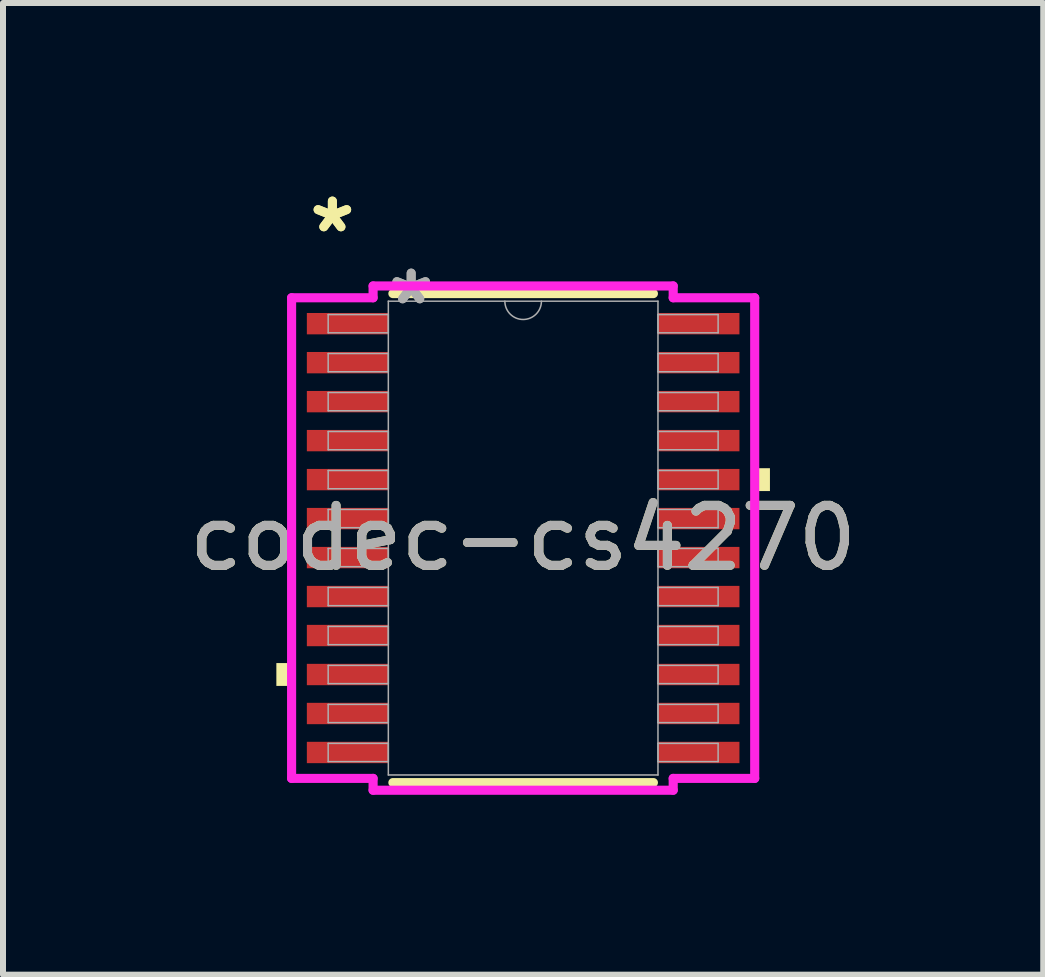
<source format=kicad_pcb>
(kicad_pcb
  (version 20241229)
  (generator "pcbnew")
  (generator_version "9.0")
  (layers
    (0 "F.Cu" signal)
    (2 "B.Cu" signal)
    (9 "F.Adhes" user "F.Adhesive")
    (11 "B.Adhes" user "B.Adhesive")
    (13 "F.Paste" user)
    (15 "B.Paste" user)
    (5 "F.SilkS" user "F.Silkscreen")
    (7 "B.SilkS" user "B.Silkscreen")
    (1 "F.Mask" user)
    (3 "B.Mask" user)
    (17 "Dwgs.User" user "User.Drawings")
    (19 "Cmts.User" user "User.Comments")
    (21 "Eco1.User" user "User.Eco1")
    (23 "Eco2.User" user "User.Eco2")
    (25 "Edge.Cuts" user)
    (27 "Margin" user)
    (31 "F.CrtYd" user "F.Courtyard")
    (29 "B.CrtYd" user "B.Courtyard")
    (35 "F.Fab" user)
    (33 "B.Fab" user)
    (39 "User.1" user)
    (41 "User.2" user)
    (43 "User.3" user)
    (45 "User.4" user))
  (footprint "codec-cs4270"
    (layer "F.Cu")
    (at 5.673 5.922)
    (property "Reference" "codec-cs4270" (at 0 0 0) (unlocked yes) (layer "F.SilkS") (effects (font (size 1 1) (thickness 0.15))))
    (attr smd)
    (fp_line (start -2.172 4.077) (end 2.172 4.077) (stroke (width 0.152) (type solid)) (layer "F.SilkS"))
    (fp_line (start 2.172 -4.077) (end -2.172 -4.077) (stroke (width 0.152) (type solid)) (layer "F.SilkS"))
    (fp_poly (pts (xy -4.115 2.084) (xy -4.115 2.465) (xy -3.861 2.465) (xy -3.861 2.084)) (stroke (width 0) (type solid)) (fill yes) (layer "F.SilkS"))
    (fp_poly (pts (xy 4.115 -1.165) (xy 4.115 -0.784) (xy 3.861 -0.784) (xy 3.861 -1.165)) (stroke (width 0) (type solid)) (fill yes) (layer "F.SilkS"))
    (fp_line (start -3.861 -4.007) (end -2.502 -4.007) (stroke (width 0.152) (type solid)) (layer "F.CrtYd"))
    (fp_line (start -3.861 4.007) (end -3.861 -4.007) (stroke (width 0.152) (type solid)) (layer "F.CrtYd"))
    (fp_line (start -3.861 4.007) (end -2.502 4.007) (stroke (width 0.152) (type solid)) (layer "F.CrtYd"))
    (fp_line (start -2.502 -4.204) (end 2.502 -4.204) (stroke (width 0.152) (type solid)) (layer "F.CrtYd"))
    (fp_line (start -2.502 -4.007) (end -2.502 -4.204) (stroke (width 0.152) (type solid)) (layer "F.CrtYd"))
    (fp_line (start -2.502 4.204) (end -2.502 4.007) (stroke (width 0.152) (type solid)) (layer "F.CrtYd"))
    (fp_line (start 2.502 -4.204) (end 2.502 -4.007) (stroke (width 0.152) (type solid)) (layer "F.CrtYd"))
    (fp_line (start 2.502 4.007) (end 2.502 4.204) (stroke (width 0.152) (type solid)) (layer "F.CrtYd"))
    (fp_line (start 2.502 4.204) (end -2.502 4.204) (stroke (width 0.152) (type solid)) (layer "F.CrtYd"))
    (fp_line (start 3.861 -4.007) (end 2.502 -4.007) (stroke (width 0.152) (type solid)) (layer "F.CrtYd"))
    (fp_line (start 3.861 -4.007) (end 3.861 4.007) (stroke (width 0.152) (type solid)) (layer "F.CrtYd"))
    (fp_line (start 3.861 4.007) (end 2.502 4.007) (stroke (width 0.152) (type solid)) (layer "F.CrtYd"))
    (fp_line (start -3.251 -3.727) (end -3.251 -3.423) (stroke (width 0.025) (type solid)) (layer "F.Fab"))
    (fp_line (start -3.251 -3.423) (end -2.248 -3.423) (stroke (width 0.025) (type solid)) (layer "F.Fab"))
    (fp_line (start -3.251 -3.077) (end -3.251 -2.773) (stroke (width 0.025) (type solid)) (layer "F.Fab"))
    (fp_line (start -3.251 -2.773) (end -2.248 -2.773) (stroke (width 0.025) (type solid)) (layer "F.Fab"))
    (fp_line (start -3.251 -2.427) (end -3.251 -2.123) (stroke (width 0.025) (type solid)) (layer "F.Fab"))
    (fp_line (start -3.251 -2.123) (end -2.248 -2.123) (stroke (width 0.025) (type solid)) (layer "F.Fab"))
    (fp_line (start -3.251 -1.777) (end -3.251 -1.473) (stroke (width 0.025) (type solid)) (layer "F.Fab"))
    (fp_line (start -3.251 -1.473) (end -2.248 -1.473) (stroke (width 0.025) (type solid)) (layer "F.Fab"))
    (fp_line (start -3.251 -1.127) (end -3.251 -0.823) (stroke (width 0.025) (type solid)) (layer "F.Fab"))
    (fp_line (start -3.251 -0.823) (end -2.248 -0.823) (stroke (width 0.025) (type solid)) (layer "F.Fab"))
    (fp_line (start -3.251 -0.477) (end -3.251 -0.173) (stroke (width 0.025) (type solid)) (layer "F.Fab"))
    (fp_line (start -3.251 -0.173) (end -2.248 -0.173) (stroke (width 0.025) (type solid)) (layer "F.Fab"))
    (fp_line (start -3.251 0.173) (end -3.251 0.477) (stroke (width 0.025) (type solid)) (layer "F.Fab"))
    (fp_line (start -3.251 0.477) (end -2.248 0.477) (stroke (width 0.025) (type solid)) (layer "F.Fab"))
    (fp_line (start -3.251 0.823) (end -3.251 1.127) (stroke (width 0.025) (type solid)) (layer "F.Fab"))
    (fp_line (start -3.251 1.127) (end -2.248 1.127) (stroke (width 0.025) (type solid)) (layer "F.Fab"))
    (fp_line (start -3.251 1.473) (end -3.251 1.777) (stroke (width 0.025) (type solid)) (layer "F.Fab"))
    (fp_line (start -3.251 1.777) (end -2.248 1.777) (stroke (width 0.025) (type solid)) (layer "F.Fab"))
    (fp_line (start -3.251 2.123) (end -3.251 2.427) (stroke (width 0.025) (type solid)) (layer "F.Fab"))
    (fp_line (start -3.251 2.427) (end -2.248 2.427) (stroke (width 0.025) (type solid)) (layer "F.Fab"))
    (fp_line (start -3.251 2.773) (end -3.251 3.077) (stroke (width 0.025) (type solid)) (layer "F.Fab"))
    (fp_line (start -3.251 3.077) (end -2.248 3.077) (stroke (width 0.025) (type solid)) (layer "F.Fab"))
    (fp_line (start -3.251 3.423) (end -3.251 3.727) (stroke (width 0.025) (type solid)) (layer "F.Fab"))
    (fp_line (start -3.251 3.727) (end -2.248 3.727) (stroke (width 0.025) (type solid)) (layer "F.Fab"))
    (fp_line (start -2.248 -3.95) (end -2.248 3.95) (stroke (width 0.025) (type solid)) (layer "F.Fab"))
    (fp_line (start -2.248 -3.727) (end -3.251 -3.727) (stroke (width 0.025) (type solid)) (layer "F.Fab"))
    (fp_line (start -2.248 -3.423) (end -2.248 -3.727) (stroke (width 0.025) (type solid)) (layer "F.Fab"))
    (fp_line (start -2.248 -3.077) (end -3.251 -3.077) (stroke (width 0.025) (type solid)) (layer "F.Fab"))
    (fp_line (start -2.248 -2.773) (end -2.248 -3.077) (stroke (width 0.025) (type solid)) (layer "F.Fab"))
    (fp_line (start -2.248 -2.427) (end -3.251 -2.427) (stroke (width 0.025) (type solid)) (layer "F.Fab"))
    (fp_line (start -2.248 -2.123) (end -2.248 -2.427) (stroke (width 0.025) (type solid)) (layer "F.Fab"))
    (fp_line (start -2.248 -1.777) (end -3.251 -1.777) (stroke (width 0.025) (type solid)) (layer "F.Fab"))
    (fp_line (start -2.248 -1.473) (end -2.248 -1.777) (stroke (width 0.025) (type solid)) (layer "F.Fab"))
    (fp_line (start -2.248 -1.127) (end -3.251 -1.127) (stroke (width 0.025) (type solid)) (layer "F.Fab"))
    (fp_line (start -2.248 -0.823) (end -2.248 -1.127) (stroke (width 0.025) (type solid)) (layer "F.Fab"))
    (fp_line (start -2.248 -0.477) (end -3.251 -0.477) (stroke (width 0.025) (type solid)) (layer "F.Fab"))
    (fp_line (start -2.248 -0.173) (end -2.248 -0.477) (stroke (width 0.025) (type solid)) (layer "F.Fab"))
    (fp_line (start -2.248 0.173) (end -3.251 0.173) (stroke (width 0.025) (type solid)) (layer "F.Fab"))
    (fp_line (start -2.248 0.477) (end -2.248 0.173) (stroke (width 0.025) (type solid)) (layer "F.Fab"))
    (fp_line (start -2.248 0.823) (end -3.251 0.823) (stroke (width 0.025) (type solid)) (layer "F.Fab"))
    (fp_line (start -2.248 1.127) (end -2.248 0.823) (stroke (width 0.025) (type solid)) (layer "F.Fab"))
    (fp_line (start -2.248 1.473) (end -3.251 1.473) (stroke (width 0.025) (type solid)) (layer "F.Fab"))
    (fp_line (start -2.248 1.777) (end -2.248 1.473) (stroke (width 0.025) (type solid)) (layer "F.Fab"))
    (fp_line (start -2.248 2.123) (end -3.251 2.123) (stroke (width 0.025) (type solid)) (layer "F.Fab"))
    (fp_line (start -2.248 2.427) (end -2.248 2.123) (stroke (width 0.025) (type solid)) (layer "F.Fab"))
    (fp_line (start -2.248 2.773) (end -3.251 2.773) (stroke (width 0.025) (type solid)) (layer "F.Fab"))
    (fp_line (start -2.248 3.077) (end -2.248 2.773) (stroke (width 0.025) (type solid)) (layer "F.Fab"))
    (fp_line (start -2.248 3.423) (end -3.251 3.423) (stroke (width 0.025) (type solid)) (layer "F.Fab"))
    (fp_line (start -2.248 3.727) (end -2.248 3.423) (stroke (width 0.025) (type solid)) (layer "F.Fab"))
    (fp_line (start -2.248 3.95) (end 2.248 3.95) (stroke (width 0.025) (type solid)) (layer "F.Fab"))
    (fp_line (start 2.248 -3.95) (end -2.248 -3.95) (stroke (width 0.025) (type solid)) (layer "F.Fab"))
    (fp_line (start 2.248 -3.727) (end 2.248 -3.423) (stroke (width 0.025) (type solid)) (layer "F.Fab"))
    (fp_line (start 2.248 -3.423) (end 3.251 -3.423) (stroke (width 0.025) (type solid)) (layer "F.Fab"))
    (fp_line (start 2.248 -3.077) (end 2.248 -2.773) (stroke (width 0.025) (type solid)) (layer "F.Fab"))
    (fp_line (start 2.248 -2.773) (end 3.251 -2.773) (stroke (width 0.025) (type solid)) (layer "F.Fab"))
    (fp_line (start 2.248 -2.427) (end 2.248 -2.123) (stroke (width 0.025) (type solid)) (layer "F.Fab"))
    (fp_line (start 2.248 -2.123) (end 3.251 -2.123) (stroke (width 0.025) (type solid)) (layer "F.Fab"))
    (fp_line (start 2.248 -1.777) (end 2.248 -1.473) (stroke (width 0.025) (type solid)) (layer "F.Fab"))
    (fp_line (start 2.248 -1.473) (end 3.251 -1.473) (stroke (width 0.025) (type solid)) (layer "F.Fab"))
    (fp_line (start 2.248 -1.127) (end 2.248 -0.823) (stroke (width 0.025) (type solid)) (layer "F.Fab"))
    (fp_line (start 2.248 -0.823) (end 3.251 -0.823) (stroke (width 0.025) (type solid)) (layer "F.Fab"))
    (fp_line (start 2.248 -0.477) (end 2.248 -0.173) (stroke (width 0.025) (type solid)) (layer "F.Fab"))
    (fp_line (start 2.248 -0.173) (end 3.251 -0.173) (stroke (width 0.025) (type solid)) (layer "F.Fab"))
    (fp_line (start 2.248 0.173) (end 2.248 0.477) (stroke (width 0.025) (type solid)) (layer "F.Fab"))
    (fp_line (start 2.248 0.477) (end 3.251 0.477) (stroke (width 0.025) (type solid)) (layer "F.Fab"))
    (fp_line (start 2.248 0.823) (end 2.248 1.127) (stroke (width 0.025) (type solid)) (layer "F.Fab"))
    (fp_line (start 2.248 1.127) (end 3.251 1.127) (stroke (width 0.025) (type solid)) (layer "F.Fab"))
    (fp_line (start 2.248 1.473) (end 2.248 1.777) (stroke (width 0.025) (type solid)) (layer "F.Fab"))
    (fp_line (start 2.248 1.777) (end 3.251 1.777) (stroke (width 0.025) (type solid)) (layer "F.Fab"))
    (fp_line (start 2.248 2.123) (end 2.248 2.427) (stroke (width 0.025) (type solid)) (layer "F.Fab"))
    (fp_line (start 2.248 2.427) (end 3.251 2.427) (stroke (width 0.025) (type solid)) (layer "F.Fab"))
    (fp_line (start 2.248 2.773) (end 2.248 3.077) (stroke (width 0.025) (type solid)) (layer "F.Fab"))
    (fp_line (start 2.248 3.077) (end 3.251 3.077) (stroke (width 0.025) (type solid)) (layer "F.Fab"))
    (fp_line (start 2.248 3.423) (end 2.248 3.727) (stroke (width 0.025) (type solid)) (layer "F.Fab"))
    (fp_line (start 2.248 3.727) (end 3.251 3.727) (stroke (width 0.025) (type solid)) (layer "F.Fab"))
    (fp_line (start 2.248 3.95) (end 2.248 -3.95) (stroke (width 0.025) (type solid)) (layer "F.Fab"))
    (fp_line (start 3.251 -3.727) (end 2.248 -3.727) (stroke (width 0.025) (type solid)) (layer "F.Fab"))
    (fp_line (start 3.251 -3.423) (end 3.251 -3.727) (stroke (width 0.025) (type solid)) (layer "F.Fab"))
    (fp_line (start 3.251 -3.077) (end 2.248 -3.077) (stroke (width 0.025) (type solid)) (layer "F.Fab"))
    (fp_line (start 3.251 -2.773) (end 3.251 -3.077) (stroke (width 0.025) (type solid)) (layer "F.Fab"))
    (fp_line (start 3.251 -2.427) (end 2.248 -2.427) (stroke (width 0.025) (type solid)) (layer "F.Fab"))
    (fp_line (start 3.251 -2.123) (end 3.251 -2.427) (stroke (width 0.025) (type solid)) (layer "F.Fab"))
    (fp_line (start 3.251 -1.777) (end 2.248 -1.777) (stroke (width 0.025) (type solid)) (layer "F.Fab"))
    (fp_line (start 3.251 -1.473) (end 3.251 -1.777) (stroke (width 0.025) (type solid)) (layer "F.Fab"))
    (fp_line (start 3.251 -1.127) (end 2.248 -1.127) (stroke (width 0.025) (type solid)) (layer "F.Fab"))
    (fp_line (start 3.251 -0.823) (end 3.251 -1.127) (stroke (width 0.025) (type solid)) (layer "F.Fab"))
    (fp_line (start 3.251 -0.477) (end 2.248 -0.477) (stroke (width 0.025) (type solid)) (layer "F.Fab"))
    (fp_line (start 3.251 -0.173) (end 3.251 -0.477) (stroke (width 0.025) (type solid)) (layer "F.Fab"))
    (fp_line (start 3.251 0.173) (end 2.248 0.173) (stroke (width 0.025) (type solid)) (layer "F.Fab"))
    (fp_line (start 3.251 0.477) (end 3.251 0.173) (stroke (width 0.025) (type solid)) (layer "F.Fab"))
    (fp_line (start 3.251 0.823) (end 2.248 0.823) (stroke (width 0.025) (type solid)) (layer "F.Fab"))
    (fp_line (start 3.251 1.127) (end 3.251 0.823) (stroke (width 0.025) (type solid)) (layer "F.Fab"))
    (fp_line (start 3.251 1.473) (end 2.248 1.473) (stroke (width 0.025) (type solid)) (layer "F.Fab"))
    (fp_line (start 3.251 1.777) (end 3.251 1.473) (stroke (width 0.025) (type solid)) (layer "F.Fab"))
    (fp_line (start 3.251 2.123) (end 2.248 2.123) (stroke (width 0.025) (type solid)) (layer "F.Fab"))
    (fp_line (start 3.251 2.427) (end 3.251 2.123) (stroke (width 0.025) (type solid)) (layer "F.Fab"))
    (fp_line (start 3.251 2.773) (end 2.248 2.773) (stroke (width 0.025) (type solid)) (layer "F.Fab"))
    (fp_line (start 3.251 3.077) (end 3.251 2.773) (stroke (width 0.025) (type solid)) (layer "F.Fab"))
    (fp_line (start 3.251 3.423) (end 2.248 3.423) (stroke (width 0.025) (type solid)) (layer "F.Fab"))
    (fp_line (start 3.251 3.727) (end 3.251 3.423) (stroke (width 0.025) (type solid)) (layer "F.Fab"))
    (fp_arc (start 0.3048 -3.9497) (mid 0 -3.6449) (end -0.3048 -3.9497) (stroke (width 0.0254) (type solid)) (layer "F.Fab"))
    (fp_text user "*" (at -3.181 -5.074 0) (layer "F.SilkS") (effects (font (size 1 1) (thickness 0.15))))
    (fp_text user "*" (at -3.181 -5.074 0) (unlocked yes) (layer "F.SilkS") (effects (font (size 1 1) (thickness 0.15))))
    (fp_text user "*" (at -1.867 -3.873 0) (layer "F.Fab") (effects (font (size 1 1) (thickness 0.15))))
    (fp_text user "${REFERENCE}" (at 0 0 0) (unlocked yes) (layer "F.Fab") (effects (font (size 1 1) (thickness 0.15))))
    (fp_text user "*" (at -1.867 -3.873 0) (unlocked yes) (layer "F.Fab") (effects (font (size 1 1) (thickness 0.15))))
    (pad "1" smd rect (at -2.927 -3.575) (size 1.359 0.356) (layers "F.Cu" "F.Mask" "F.Paste"))
    (pad "2" smd rect (at -2.927 -2.925) (size 1.359 0.356) (layers "F.Cu" "F.Mask" "F.Paste"))
    (pad "3" smd rect (at -2.927 -2.275) (size 1.359 0.356) (layers "F.Cu" "F.Mask" "F.Paste"))
    (pad "4" smd rect (at -2.927 -1.625) (size 1.359 0.356) (layers "F.Cu" "F.Mask" "F.Paste"))
    (pad "5" smd rect (at -2.927 -0.975) (size 1.359 0.356) (layers "F.Cu" "F.Mask" "F.Paste"))
    (pad "6" smd rect (at -2.927 -0.325) (size 1.359 0.356) (layers "F.Cu" "F.Mask" "F.Paste"))
    (pad "7" smd rect (at -2.927 0.325) (size 1.359 0.356) (layers "F.Cu" "F.Mask" "F.Paste"))
    (pad "8" smd rect (at -2.927 0.975) (size 1.359 0.356) (layers "F.Cu" "F.Mask" "F.Paste"))
    (pad "9" smd rect (at -2.927 1.625) (size 1.359 0.356) (layers "F.Cu" "F.Mask" "F.Paste"))
    (pad "10" smd rect (at -2.927 2.275) (size 1.359 0.356) (layers "F.Cu" "F.Mask" "F.Paste"))
    (pad "11" smd rect (at -2.927 2.925) (size 1.359 0.356) (layers "F.Cu" "F.Mask" "F.Paste"))
    (pad "12" smd rect (at -2.927 3.575) (size 1.359 0.356) (layers "F.Cu" "F.Mask" "F.Paste"))
    (pad "13" smd rect (at 2.927 3.575) (size 1.359 0.356) (layers "F.Cu" "F.Mask" "F.Paste"))
    (pad "14" smd rect (at 2.927 2.925) (size 1.359 0.356) (layers "F.Cu" "F.Mask" "F.Paste"))
    (pad "15" smd rect (at 2.927 2.275) (size 1.359 0.356) (layers "F.Cu" "F.Mask" "F.Paste"))
    (pad "16" smd rect (at 2.927 1.625) (size 1.359 0.356) (layers "F.Cu" "F.Mask" "F.Paste"))
    (pad "17" smd rect (at 2.927 0.975) (size 1.359 0.356) (layers "F.Cu" "F.Mask" "F.Paste"))
    (pad "18" smd rect (at 2.927 0.325) (size 1.359 0.356) (layers "F.Cu" "F.Mask" "F.Paste"))
    (pad "19" smd rect (at 2.927 -0.325) (size 1.359 0.356) (layers "F.Cu" "F.Mask" "F.Paste"))
    (pad "20" smd rect (at 2.927 -0.975) (size 1.359 0.356) (layers "F.Cu" "F.Mask" "F.Paste"))
    (pad "21" smd rect (at 2.927 -1.625) (size 1.359 0.356) (layers "F.Cu" "F.Mask" "F.Paste"))
    (pad "22" smd rect (at 2.927 -2.275) (size 1.359 0.356) (layers "F.Cu" "F.Mask" "F.Paste"))
    (pad "23" smd rect (at 2.927 -2.925) (size 1.359 0.356) (layers "F.Cu" "F.Mask" "F.Paste"))
    (pad "24" smd rect (at 2.927 -3.575) (size 1.359 0.356) (layers "F.Cu" "F.Mask" "F.Paste")))
  (gr_rect
    (start -3 -3)
    (end 14.345 13.202)
    (stroke (width 0.1) (type default))
    (fill no)
    (layer "Edge.Cuts")))
</source>
